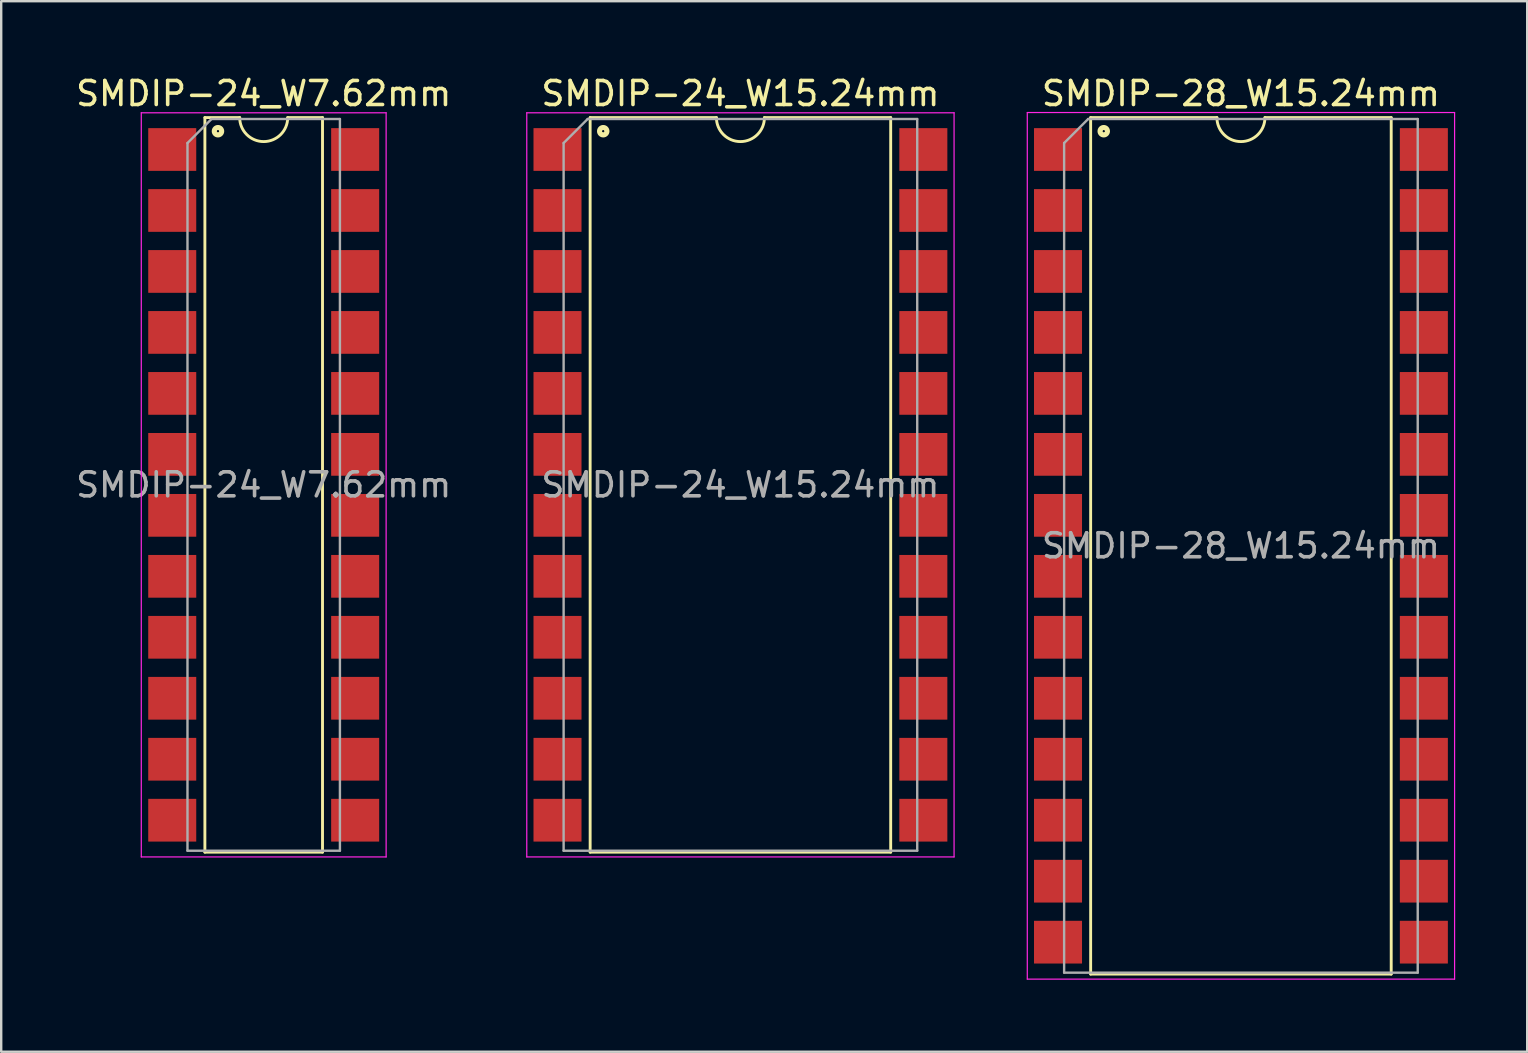
<source format=kicad_pcb>
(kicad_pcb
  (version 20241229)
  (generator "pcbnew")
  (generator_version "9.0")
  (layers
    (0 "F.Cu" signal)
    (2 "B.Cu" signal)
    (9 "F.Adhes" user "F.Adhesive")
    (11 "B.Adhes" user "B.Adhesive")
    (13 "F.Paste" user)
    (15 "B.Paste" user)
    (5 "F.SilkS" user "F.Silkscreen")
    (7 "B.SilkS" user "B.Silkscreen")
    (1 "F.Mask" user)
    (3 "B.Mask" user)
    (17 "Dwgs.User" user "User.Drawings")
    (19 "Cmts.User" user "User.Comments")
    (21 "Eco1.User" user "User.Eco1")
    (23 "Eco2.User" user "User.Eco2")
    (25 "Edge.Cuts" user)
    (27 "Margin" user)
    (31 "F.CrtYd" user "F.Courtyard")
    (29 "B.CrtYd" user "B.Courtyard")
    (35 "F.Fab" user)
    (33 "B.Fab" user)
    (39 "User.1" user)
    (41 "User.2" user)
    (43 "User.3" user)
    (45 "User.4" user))
  (footprint "SMDIP-28_W15.24mm"
    (layer "F.Cu")
    (at 48.644 19.688)
    (property "Reference" "SMDIP-28_W15.24mm" (at 0 -18.84 0) (layer "F.SilkS") (effects (font (size 1 1) (thickness 0.15))))
    (attr smd)
    (fp_line (start -6.26 -17.84) (end -6.26 17.84) (stroke (width 0.12) (type solid)) (layer "F.SilkS"))
    (fp_line (start -6.26 17.84) (end 6.26 17.84) (stroke (width 0.12) (type solid)) (layer "F.SilkS"))
    (fp_line (start -1 -17.84) (end -6.26 -17.84) (stroke (width 0.12) (type solid)) (layer "F.SilkS"))
    (fp_line (start 6.26 -17.84) (end 1 -17.84) (stroke (width 0.12) (type solid)) (layer "F.SilkS"))
    (fp_line (start 6.26 17.84) (end 6.26 -17.84) (stroke (width 0.12) (type solid)) (layer "F.SilkS"))
    (fp_arc (start 1 -17.84) (mid 0 -16.84) (end -1 -17.84) (stroke (width 0.12) (type solid)) (layer "F.SilkS"))
    (fp_circle (center -5.715 -17.272) (end -5.665 -17.272) (stroke (width 0.12) (type solid)) (fill no) (layer "F.SilkS"))
    (fp_circle (center -5.715 -17.272) (end -5.59 -17.272) (stroke (width 0.12) (type solid)) (fill no) (layer "F.SilkS"))
    (fp_circle (center -5.715 -17.272) (end -5.515 -17.272) (stroke (width 0.12) (type solid)) (fill no) (layer "F.SilkS"))
    (fp_line (start -8.9 -18.05) (end -8.9 18.05) (stroke (width 0.05) (type solid)) (layer "F.CrtYd"))
    (fp_line (start -8.9 18.05) (end 8.9 18.05) (stroke (width 0.05) (type solid)) (layer "F.CrtYd"))
    (fp_line (start 8.9 -18.05) (end -8.9 -18.05) (stroke (width 0.05) (type solid)) (layer "F.CrtYd"))
    (fp_line (start 8.9 18.05) (end 8.9 -18.05) (stroke (width 0.05) (type solid)) (layer "F.CrtYd"))
    (fp_line (start -7.365 -16.78) (end -6.365 -17.78) (stroke (width 0.1) (type solid)) (layer "F.Fab"))
    (fp_line (start -7.365 17.78) (end -7.365 -16.78) (stroke (width 0.1) (type solid)) (layer "F.Fab"))
    (fp_line (start -6.365 -17.78) (end 7.365 -17.78) (stroke (width 0.1) (type solid)) (layer "F.Fab"))
    (fp_line (start 7.365 -17.78) (end 7.365 17.78) (stroke (width 0.1) (type solid)) (layer "F.Fab"))
    (fp_line (start 7.365 17.78) (end -7.365 17.78) (stroke (width 0.1) (type solid)) (layer "F.Fab"))
    (fp_text user "${REFERENCE}" (at 0 0 0) (layer "F.Fab") (effects (font (size 1 1) (thickness 0.15))))
    (pad "1" smd rect (at -7.62 -16.51) (size 2 1.78) (layers "F.Cu" "F.Mask" "F.Paste"))
    (pad "2" smd rect (at -7.62 -13.97) (size 2 1.78) (layers "F.Cu" "F.Mask" "F.Paste"))
    (pad "3" smd rect (at -7.62 -11.43) (size 2 1.78) (layers "F.Cu" "F.Mask" "F.Paste"))
    (pad "4" smd rect (at -7.62 -8.89) (size 2 1.78) (layers "F.Cu" "F.Mask" "F.Paste"))
    (pad "5" smd rect (at -7.62 -6.35) (size 2 1.78) (layers "F.Cu" "F.Mask" "F.Paste"))
    (pad "6" smd rect (at -7.62 -3.81) (size 2 1.78) (layers "F.Cu" "F.Mask" "F.Paste"))
    (pad "7" smd rect (at -7.62 -1.27) (size 2 1.78) (layers "F.Cu" "F.Mask" "F.Paste"))
    (pad "8" smd rect (at -7.62 1.27) (size 2 1.78) (layers "F.Cu" "F.Mask" "F.Paste"))
    (pad "9" smd rect (at -7.62 3.81) (size 2 1.78) (layers "F.Cu" "F.Mask" "F.Paste"))
    (pad "10" smd rect (at -7.62 6.35) (size 2 1.78) (layers "F.Cu" "F.Mask" "F.Paste"))
    (pad "11" smd rect (at -7.62 8.89) (size 2 1.78) (layers "F.Cu" "F.Mask" "F.Paste"))
    (pad "12" smd rect (at -7.62 11.43) (size 2 1.78) (layers "F.Cu" "F.Mask" "F.Paste"))
    (pad "13" smd rect (at -7.62 13.97) (size 2 1.78) (layers "F.Cu" "F.Mask" "F.Paste"))
    (pad "14" smd rect (at -7.62 16.51) (size 2 1.78) (layers "F.Cu" "F.Mask" "F.Paste"))
    (pad "15" smd rect (at 7.62 16.51) (size 2 1.78) (layers "F.Cu" "F.Mask" "F.Paste"))
    (pad "16" smd rect (at 7.62 13.97) (size 2 1.78) (layers "F.Cu" "F.Mask" "F.Paste"))
    (pad "17" smd rect (at 7.62 11.43) (size 2 1.78) (layers "F.Cu" "F.Mask" "F.Paste"))
    (pad "18" smd rect (at 7.62 8.89) (size 2 1.78) (layers "F.Cu" "F.Mask" "F.Paste"))
    (pad "19" smd rect (at 7.62 6.35) (size 2 1.78) (layers "F.Cu" "F.Mask" "F.Paste"))
    (pad "20" smd rect (at 7.62 3.81) (size 2 1.78) (layers "F.Cu" "F.Mask" "F.Paste"))
    (pad "21" smd rect (at 7.62 1.27) (size 2 1.78) (layers "F.Cu" "F.Mask" "F.Paste"))
    (pad "22" smd rect (at 7.62 -1.27) (size 2 1.78) (layers "F.Cu" "F.Mask" "F.Paste"))
    (pad "23" smd rect (at 7.62 -3.81) (size 2 1.78) (layers "F.Cu" "F.Mask" "F.Paste"))
    (pad "24" smd rect (at 7.62 -6.35) (size 2 1.78) (layers "F.Cu" "F.Mask" "F.Paste"))
    (pad "25" smd rect (at 7.62 -8.89) (size 2 1.78) (layers "F.Cu" "F.Mask" "F.Paste"))
    (pad "26" smd rect (at 7.62 -11.43) (size 2 1.78) (layers "F.Cu" "F.Mask" "F.Paste"))
    (pad "27" smd rect (at 7.62 -13.97) (size 2 1.78) (layers "F.Cu" "F.Mask" "F.Paste"))
    (pad "28" smd rect (at 7.62 -16.51) (size 2 1.78) (layers "F.Cu" "F.Mask" "F.Paste")))
  (footprint "SMDIP-24_W15.24mm"
    (layer "F.Cu")
    (at 27.794 17.148)
    (property "Reference" "SMDIP-24_W15.24mm" (at 0 -16.3 0) (layer "F.SilkS") (effects (font (size 1 1) (thickness 0.15))))
    (attr smd)
    (fp_line (start -6.26 -15.3) (end -6.26 15.3) (stroke (width 0.12) (type solid)) (layer "F.SilkS"))
    (fp_line (start -6.26 15.3) (end 6.26 15.3) (stroke (width 0.12) (type solid)) (layer "F.SilkS"))
    (fp_line (start -1 -15.3) (end -6.26 -15.3) (stroke (width 0.12) (type solid)) (layer "F.SilkS"))
    (fp_line (start 6.26 -15.3) (end 1 -15.3) (stroke (width 0.12) (type solid)) (layer "F.SilkS"))
    (fp_line (start 6.26 15.3) (end 6.26 -15.3) (stroke (width 0.12) (type solid)) (layer "F.SilkS"))
    (fp_arc (start 1 -15.3) (mid 0 -14.3) (end -1 -15.3) (stroke (width 0.12) (type solid)) (layer "F.SilkS"))
    (fp_circle (center -5.715 -14.732) (end -5.665 -14.732) (stroke (width 0.12) (type solid)) (fill no) (layer "F.SilkS"))
    (fp_circle (center -5.715 -14.732) (end -5.59 -14.732) (stroke (width 0.12) (type solid)) (fill no) (layer "F.SilkS"))
    (fp_circle (center -5.715 -14.732) (end -5.515 -14.732) (stroke (width 0.12) (type solid)) (fill no) (layer "F.SilkS"))
    (fp_line (start -8.9 -15.5) (end -8.9 15.5) (stroke (width 0.05) (type solid)) (layer "F.CrtYd"))
    (fp_line (start -8.9 15.5) (end 8.9 15.5) (stroke (width 0.05) (type solid)) (layer "F.CrtYd"))
    (fp_line (start 8.9 -15.5) (end -8.9 -15.5) (stroke (width 0.05) (type solid)) (layer "F.CrtYd"))
    (fp_line (start 8.9 15.5) (end 8.9 -15.5) (stroke (width 0.05) (type solid)) (layer "F.CrtYd"))
    (fp_line (start -7.365 -14.24) (end -6.365 -15.24) (stroke (width 0.1) (type solid)) (layer "F.Fab"))
    (fp_line (start -7.365 15.24) (end -7.365 -14.24) (stroke (width 0.1) (type solid)) (layer "F.Fab"))
    (fp_line (start -6.365 -15.24) (end 7.365 -15.24) (stroke (width 0.1) (type solid)) (layer "F.Fab"))
    (fp_line (start 7.365 -15.24) (end 7.365 15.24) (stroke (width 0.1) (type solid)) (layer "F.Fab"))
    (fp_line (start 7.365 15.24) (end -7.365 15.24) (stroke (width 0.1) (type solid)) (layer "F.Fab"))
    (fp_text user "${REFERENCE}" (at 0 0 0) (layer "F.Fab") (effects (font (size 1 1) (thickness 0.15))))
    (pad "1" smd rect (at -7.62 -13.97) (size 2 1.78) (layers "F.Cu" "F.Mask" "F.Paste"))
    (pad "2" smd rect (at -7.62 -11.43) (size 2 1.78) (layers "F.Cu" "F.Mask" "F.Paste"))
    (pad "3" smd rect (at -7.62 -8.89) (size 2 1.78) (layers "F.Cu" "F.Mask" "F.Paste"))
    (pad "4" smd rect (at -7.62 -6.35) (size 2 1.78) (layers "F.Cu" "F.Mask" "F.Paste"))
    (pad "5" smd rect (at -7.62 -3.81) (size 2 1.78) (layers "F.Cu" "F.Mask" "F.Paste"))
    (pad "6" smd rect (at -7.62 -1.27) (size 2 1.78) (layers "F.Cu" "F.Mask" "F.Paste"))
    (pad "7" smd rect (at -7.62 1.27) (size 2 1.78) (layers "F.Cu" "F.Mask" "F.Paste"))
    (pad "8" smd rect (at -7.62 3.81) (size 2 1.78) (layers "F.Cu" "F.Mask" "F.Paste"))
    (pad "9" smd rect (at -7.62 6.35) (size 2 1.78) (layers "F.Cu" "F.Mask" "F.Paste"))
    (pad "10" smd rect (at -7.62 8.89) (size 2 1.78) (layers "F.Cu" "F.Mask" "F.Paste"))
    (pad "11" smd rect (at -7.62 11.43) (size 2 1.78) (layers "F.Cu" "F.Mask" "F.Paste"))
    (pad "12" smd rect (at -7.62 13.97) (size 2 1.78) (layers "F.Cu" "F.Mask" "F.Paste"))
    (pad "13" smd rect (at 7.62 13.97) (size 2 1.78) (layers "F.Cu" "F.Mask" "F.Paste"))
    (pad "14" smd rect (at 7.62 11.43) (size 2 1.78) (layers "F.Cu" "F.Mask" "F.Paste"))
    (pad "15" smd rect (at 7.62 8.89) (size 2 1.78) (layers "F.Cu" "F.Mask" "F.Paste"))
    (pad "16" smd rect (at 7.62 6.35) (size 2 1.78) (layers "F.Cu" "F.Mask" "F.Paste"))
    (pad "17" smd rect (at 7.62 3.81) (size 2 1.78) (layers "F.Cu" "F.Mask" "F.Paste"))
    (pad "18" smd rect (at 7.62 1.27) (size 2 1.78) (layers "F.Cu" "F.Mask" "F.Paste"))
    (pad "19" smd rect (at 7.62 -1.27) (size 2 1.78) (layers "F.Cu" "F.Mask" "F.Paste"))
    (pad "20" smd rect (at 7.62 -3.81) (size 2 1.78) (layers "F.Cu" "F.Mask" "F.Paste"))
    (pad "21" smd rect (at 7.62 -6.35) (size 2 1.78) (layers "F.Cu" "F.Mask" "F.Paste"))
    (pad "22" smd rect (at 7.62 -8.89) (size 2 1.78) (layers "F.Cu" "F.Mask" "F.Paste"))
    (pad "23" smd rect (at 7.62 -11.43) (size 2 1.78) (layers "F.Cu" "F.Mask" "F.Paste"))
    (pad "24" smd rect (at 7.62 -13.97) (size 2 1.78) (layers "F.Cu" "F.Mask" "F.Paste")))
  (footprint "SMDIP-24_W7.62mm"
    (layer "F.Cu")
    (at 7.935 17.148)
    (property "Reference" "SMDIP-24_W7.62mm" (at 0 -16.3 0) (layer "F.SilkS") (effects (font (size 1 1) (thickness 0.15))))
    (attr smd)
    (fp_line (start -2.45 -15.3) (end -2.45 15.3) (stroke (width 0.12) (type solid)) (layer "F.SilkS"))
    (fp_line (start -2.45 15.3) (end 2.45 15.3) (stroke (width 0.12) (type solid)) (layer "F.SilkS"))
    (fp_line (start -1 -15.3) (end -2.45 -15.3) (stroke (width 0.12) (type solid)) (layer "F.SilkS"))
    (fp_line (start 2.45 -15.3) (end 1 -15.3) (stroke (width 0.12) (type solid)) (layer "F.SilkS"))
    (fp_line (start 2.45 15.3) (end 2.45 -15.3) (stroke (width 0.12) (type solid)) (layer "F.SilkS"))
    (fp_arc (start 1 -15.3) (mid 0 -14.3) (end -1 -15.3) (stroke (width 0.12) (type solid)) (layer "F.SilkS"))
    (fp_circle (center -1.905 -14.732) (end -1.855 -14.732) (stroke (width 0.12) (type solid)) (fill no) (layer "F.SilkS"))
    (fp_circle (center -1.905 -14.732) (end -1.78 -14.732) (stroke (width 0.12) (type solid)) (fill no) (layer "F.SilkS"))
    (fp_circle (center -1.905 -14.732) (end -1.705 -14.732) (stroke (width 0.12) (type solid)) (fill no) (layer "F.SilkS"))
    (fp_line (start -5.1 -15.5) (end -5.1 15.5) (stroke (width 0.05) (type solid)) (layer "F.CrtYd"))
    (fp_line (start -5.1 15.5) (end 5.1 15.5) (stroke (width 0.05) (type solid)) (layer "F.CrtYd"))
    (fp_line (start 5.1 -15.5) (end -5.1 -15.5) (stroke (width 0.05) (type solid)) (layer "F.CrtYd"))
    (fp_line (start 5.1 15.5) (end 5.1 -15.5) (stroke (width 0.05) (type solid)) (layer "F.CrtYd"))
    (fp_line (start -3.175 -14.24) (end -2.175 -15.24) (stroke (width 0.1) (type solid)) (layer "F.Fab"))
    (fp_line (start -3.175 15.24) (end -3.175 -14.24) (stroke (width 0.1) (type solid)) (layer "F.Fab"))
    (fp_line (start -2.175 -15.24) (end 3.175 -15.24) (stroke (width 0.1) (type solid)) (layer "F.Fab"))
    (fp_line (start 3.175 -15.24) (end 3.175 15.24) (stroke (width 0.1) (type solid)) (layer "F.Fab"))
    (fp_line (start 3.175 15.24) (end -3.175 15.24) (stroke (width 0.1) (type solid)) (layer "F.Fab"))
    (fp_text user "${REFERENCE}" (at 0 0 0) (layer "F.Fab") (effects (font (size 1 1) (thickness 0.15))))
    (pad "1" smd rect (at -3.81 -13.97) (size 2 1.78) (layers "F.Cu" "F.Mask" "F.Paste"))
    (pad "2" smd rect (at -3.81 -11.43) (size 2 1.78) (layers "F.Cu" "F.Mask" "F.Paste"))
    (pad "3" smd rect (at -3.81 -8.89) (size 2 1.78) (layers "F.Cu" "F.Mask" "F.Paste"))
    (pad "4" smd rect (at -3.81 -6.35) (size 2 1.78) (layers "F.Cu" "F.Mask" "F.Paste"))
    (pad "5" smd rect (at -3.81 -3.81) (size 2 1.78) (layers "F.Cu" "F.Mask" "F.Paste"))
    (pad "6" smd rect (at -3.81 -1.27) (size 2 1.78) (layers "F.Cu" "F.Mask" "F.Paste"))
    (pad "7" smd rect (at -3.81 1.27) (size 2 1.78) (layers "F.Cu" "F.Mask" "F.Paste"))
    (pad "8" smd rect (at -3.81 3.81) (size 2 1.78) (layers "F.Cu" "F.Mask" "F.Paste"))
    (pad "9" smd rect (at -3.81 6.35) (size 2 1.78) (layers "F.Cu" "F.Mask" "F.Paste"))
    (pad "10" smd rect (at -3.81 8.89) (size 2 1.78) (layers "F.Cu" "F.Mask" "F.Paste"))
    (pad "11" smd rect (at -3.81 11.43) (size 2 1.78) (layers "F.Cu" "F.Mask" "F.Paste"))
    (pad "12" smd rect (at -3.81 13.97) (size 2 1.78) (layers "F.Cu" "F.Mask" "F.Paste"))
    (pad "13" smd rect (at 3.81 13.97) (size 2 1.78) (layers "F.Cu" "F.Mask" "F.Paste"))
    (pad "14" smd rect (at 3.81 11.43) (size 2 1.78) (layers "F.Cu" "F.Mask" "F.Paste"))
    (pad "15" smd rect (at 3.81 8.89) (size 2 1.78) (layers "F.Cu" "F.Mask" "F.Paste"))
    (pad "16" smd rect (at 3.81 6.35) (size 2 1.78) (layers "F.Cu" "F.Mask" "F.Paste"))
    (pad "17" smd rect (at 3.81 3.81) (size 2 1.78) (layers "F.Cu" "F.Mask" "F.Paste"))
    (pad "18" smd rect (at 3.81 1.27) (size 2 1.78) (layers "F.Cu" "F.Mask" "F.Paste"))
    (pad "19" smd rect (at 3.81 -1.27) (size 2 1.78) (layers "F.Cu" "F.Mask" "F.Paste"))
    (pad "20" smd rect (at 3.81 -3.81) (size 2 1.78) (layers "F.Cu" "F.Mask" "F.Paste"))
    (pad "21" smd rect (at 3.81 -6.35) (size 2 1.78) (layers "F.Cu" "F.Mask" "F.Paste"))
    (pad "22" smd rect (at 3.81 -8.89) (size 2 1.78) (layers "F.Cu" "F.Mask" "F.Paste"))
    (pad "23" smd rect (at 3.81 -11.43) (size 2 1.78) (layers "F.Cu" "F.Mask" "F.Paste"))
    (pad "24" smd rect (at 3.81 -13.97) (size 2 1.78) (layers "F.Cu" "F.Mask" "F.Paste")))
  (gr_rect
    (start -3 -3)
    (end 60.569 40.763)
    (stroke (width 0.1) (type default))
    (fill no)
    (layer "Edge.Cuts")))
</source>
